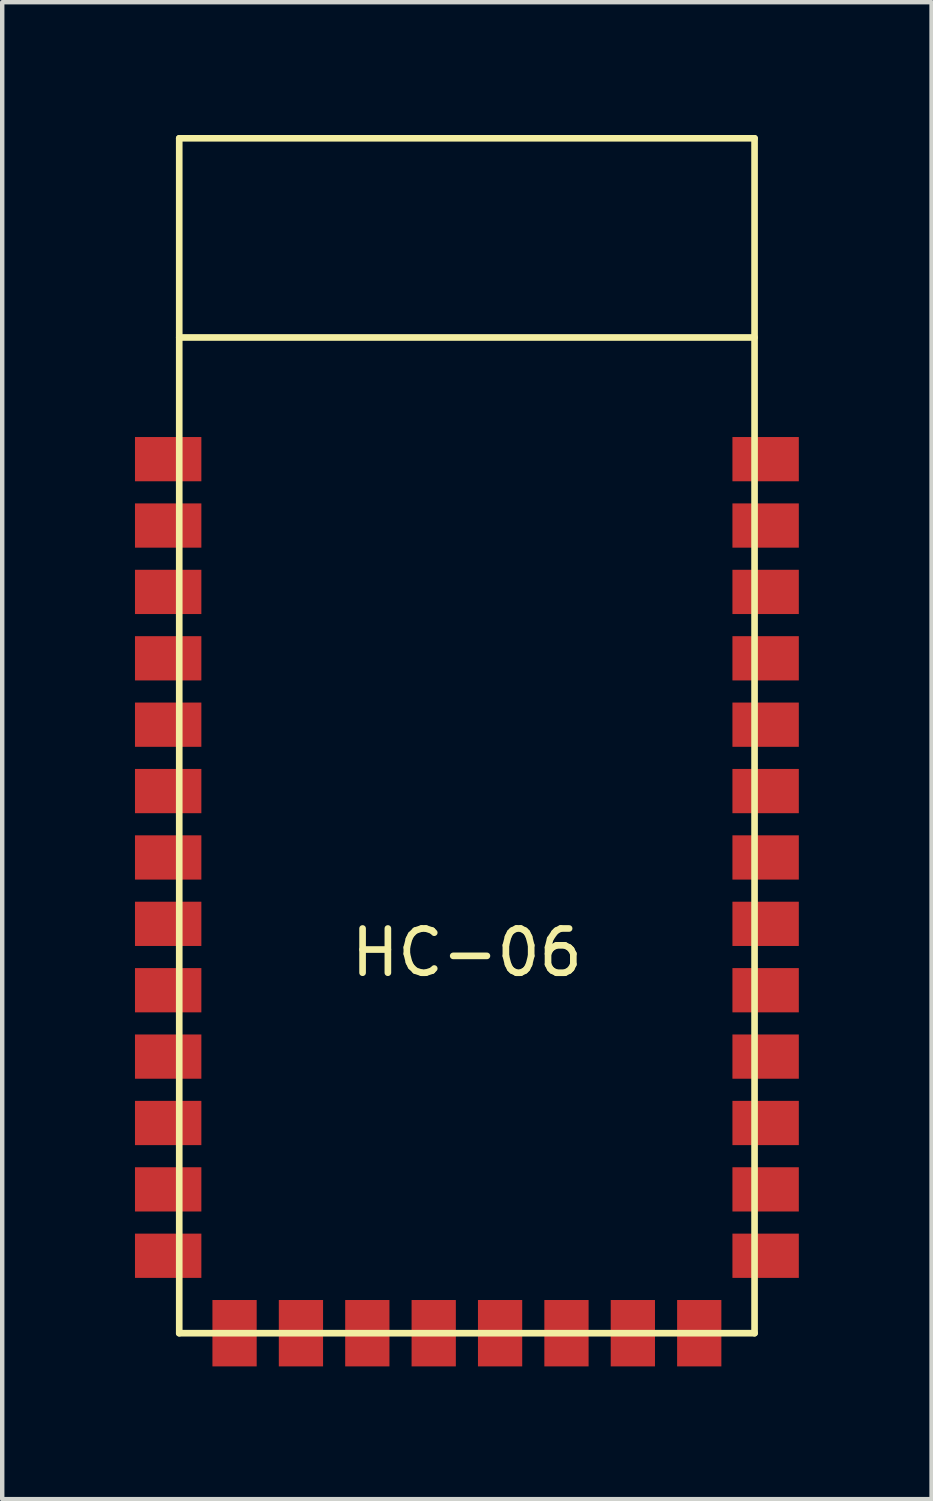
<source format=kicad_pcb>
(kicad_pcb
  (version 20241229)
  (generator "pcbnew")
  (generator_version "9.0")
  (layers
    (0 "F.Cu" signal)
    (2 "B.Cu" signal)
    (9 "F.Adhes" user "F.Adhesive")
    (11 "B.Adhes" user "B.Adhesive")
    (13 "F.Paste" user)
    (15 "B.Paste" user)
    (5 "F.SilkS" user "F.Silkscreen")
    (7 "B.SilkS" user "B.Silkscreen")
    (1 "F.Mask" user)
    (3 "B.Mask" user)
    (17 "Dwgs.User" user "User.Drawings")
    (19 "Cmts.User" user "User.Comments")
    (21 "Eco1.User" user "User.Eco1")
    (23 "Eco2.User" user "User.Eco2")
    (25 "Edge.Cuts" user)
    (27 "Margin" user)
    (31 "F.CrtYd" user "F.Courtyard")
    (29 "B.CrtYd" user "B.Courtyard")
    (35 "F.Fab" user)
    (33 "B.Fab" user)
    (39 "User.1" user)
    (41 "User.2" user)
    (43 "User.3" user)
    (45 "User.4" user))
  (footprint "HC-06"
    (layer "F.Cu")
    (at 7.5 26.575)
    (property "Reference" "HC-06" (at 0 -8.1 0) (layer "F.SilkS") (effects (font (size 1 1) (thickness 0.15))))
    (attr through_hole)
    (fp_line (start -6.5 -26.5) (end 6.5 -26.5) (stroke (width 0.15) (type solid)) (layer "F.SilkS"))
    (fp_line (start -6.5 -22) (end 6.5 -22) (stroke (width 0.15) (type solid)) (layer "F.SilkS"))
    (fp_line (start -6.5 0.5) (end -6.5 -26.5) (stroke (width 0.15) (type solid)) (layer "F.SilkS"))
    (fp_line (start 6.5 -26.5) (end 6.5 0.5) (stroke (width 0.15) (type solid)) (layer "F.SilkS"))
    (fp_line (start 6.5 0.5) (end -6.5 0.5) (stroke (width 0.15) (type solid)) (layer "F.SilkS"))
    (pad "1" smd rect (at -6.75 -19.25 90) (size 1 1.5) (layers "F.Cu" "F.Mask" "F.Paste"))
    (pad "2" smd rect (at -6.75 -17.75 90) (size 1 1.5) (layers "F.Cu" "F.Mask" "F.Paste"))
    (pad "3" smd rect (at -6.75 -16.25 90) (size 1 1.5) (layers "F.Cu" "F.Mask" "F.Paste"))
    (pad "4" smd rect (at -6.75 -14.75 90) (size 1 1.5) (layers "F.Cu" "F.Mask" "F.Paste"))
    (pad "5" smd rect (at -6.75 -13.25 90) (size 1 1.5) (layers "F.Cu" "F.Mask" "F.Paste"))
    (pad "6" smd rect (at -6.75 -11.75 90) (size 1 1.5) (layers "F.Cu" "F.Mask" "F.Paste"))
    (pad "7" smd rect (at -6.75 -10.25 90) (size 1 1.5) (layers "F.Cu" "F.Mask" "F.Paste"))
    (pad "8" smd rect (at -6.75 -8.75 90) (size 1 1.5) (layers "F.Cu" "F.Mask" "F.Paste"))
    (pad "9" smd rect (at -6.75 -7.25 90) (size 1 1.5) (layers "F.Cu" "F.Mask" "F.Paste"))
    (pad "10" smd rect (at -6.75 -5.75 90) (size 1 1.5) (layers "F.Cu" "F.Mask" "F.Paste"))
    (pad "11" smd rect (at -6.75 -4.25 90) (size 1 1.5) (layers "F.Cu" "F.Mask" "F.Paste"))
    (pad "12" smd rect (at -6.75 -2.75 90) (size 1 1.5) (layers "F.Cu" "F.Mask" "F.Paste"))
    (pad "13" smd rect (at -6.75 -1.25 90) (size 1 1.5) (layers "F.Cu" "F.Mask" "F.Paste"))
    (pad "14" smd rect (at -5.25 0.5) (size 1 1.5) (layers "F.Cu" "F.Mask" "F.Paste"))
    (pad "15" smd rect (at -3.75 0.5) (size 1 1.5) (layers "F.Cu" "F.Mask" "F.Paste"))
    (pad "16" smd rect (at -2.25 0.5) (size 1 1.5) (layers "F.Cu" "F.Mask" "F.Paste"))
    (pad "17" smd rect (at -0.75 0.5) (size 1 1.5) (layers "F.Cu" "F.Mask" "F.Paste"))
    (pad "18" smd rect (at 0.75 0.5) (size 1 1.5) (layers "F.Cu" "F.Mask" "F.Paste"))
    (pad "19" smd rect (at 2.25 0.5) (size 1 1.5) (layers "F.Cu" "F.Mask" "F.Paste"))
    (pad "20" smd rect (at 3.75 0.5) (size 1 1.5) (layers "F.Cu" "F.Mask" "F.Paste"))
    (pad "21" smd rect (at 5.25 0.5) (size 1 1.5) (layers "F.Cu" "F.Mask" "F.Paste"))
    (pad "22" smd rect (at 6.75 -1.25 90) (size 1 1.5) (layers "F.Cu" "F.Mask" "F.Paste"))
    (pad "23" smd rect (at 6.75 -2.75 90) (size 1 1.5) (layers "F.Cu" "F.Mask" "F.Paste"))
    (pad "24" smd rect (at 6.75 -4.25 90) (size 1 1.5) (layers "F.Cu" "F.Mask" "F.Paste"))
    (pad "25" smd rect (at 6.75 -5.75 90) (size 1 1.5) (layers "F.Cu" "F.Mask" "F.Paste"))
    (pad "26" smd rect (at 6.75 -7.25 90) (size 1 1.5) (layers "F.Cu" "F.Mask" "F.Paste"))
    (pad "27" smd rect (at 6.75 -8.75 90) (size 1 1.5) (layers "F.Cu" "F.Mask" "F.Paste"))
    (pad "28" smd rect (at 6.75 -10.25 90) (size 1 1.5) (layers "F.Cu" "F.Mask" "F.Paste"))
    (pad "29" smd rect (at 6.75 -11.75 90) (size 1 1.5) (layers "F.Cu" "F.Mask" "F.Paste"))
    (pad "30" smd rect (at 6.75 -13.25 90) (size 1 1.5) (layers "F.Cu" "F.Mask" "F.Paste"))
    (pad "31" smd rect (at 6.75 -14.75 90) (size 1 1.5) (layers "F.Cu" "F.Mask" "F.Paste"))
    (pad "32" smd rect (at 6.75 -16.25 90) (size 1 1.5) (layers "F.Cu" "F.Mask" "F.Paste"))
    (pad "33" smd rect (at 6.75 -17.75 90) (size 1 1.5) (layers "F.Cu" "F.Mask" "F.Paste"))
    (pad "34" smd rect (at 6.75 -19.25 90) (size 1 1.5) (layers "F.Cu" "F.Mask" "F.Paste")))
  (gr_rect
    (start -3 -3)
    (end 18 30.825)
    (stroke (width 0.1) (type default))
    (fill no)
    (layer "Edge.Cuts")))
</source>
